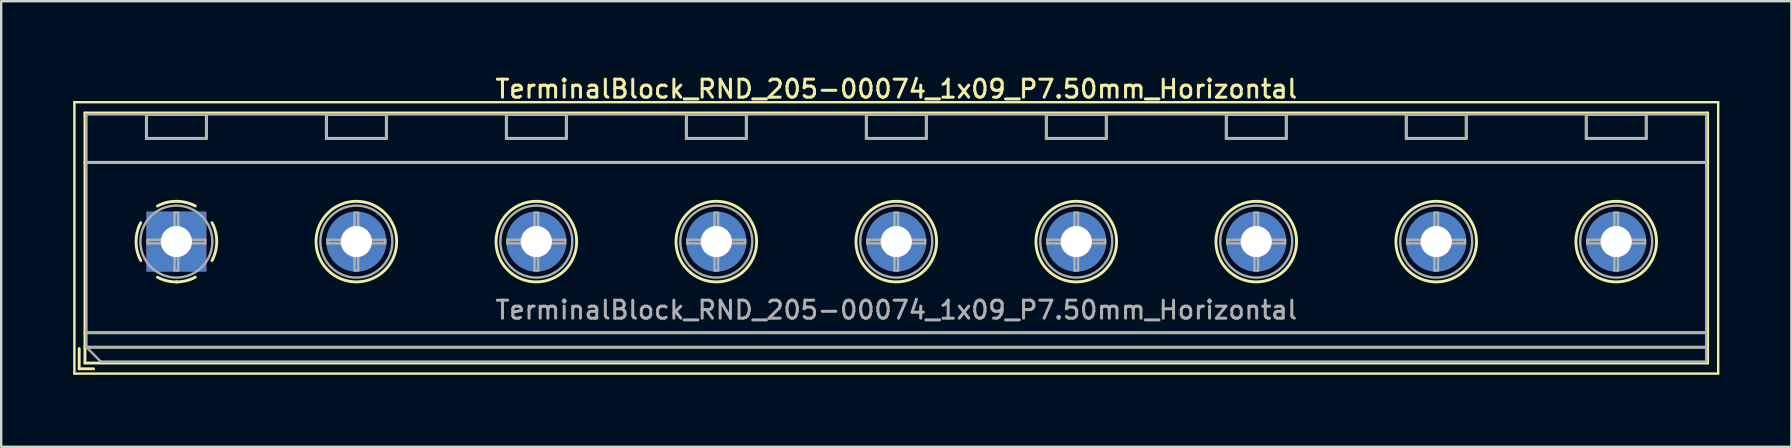
<source format=kicad_pcb>
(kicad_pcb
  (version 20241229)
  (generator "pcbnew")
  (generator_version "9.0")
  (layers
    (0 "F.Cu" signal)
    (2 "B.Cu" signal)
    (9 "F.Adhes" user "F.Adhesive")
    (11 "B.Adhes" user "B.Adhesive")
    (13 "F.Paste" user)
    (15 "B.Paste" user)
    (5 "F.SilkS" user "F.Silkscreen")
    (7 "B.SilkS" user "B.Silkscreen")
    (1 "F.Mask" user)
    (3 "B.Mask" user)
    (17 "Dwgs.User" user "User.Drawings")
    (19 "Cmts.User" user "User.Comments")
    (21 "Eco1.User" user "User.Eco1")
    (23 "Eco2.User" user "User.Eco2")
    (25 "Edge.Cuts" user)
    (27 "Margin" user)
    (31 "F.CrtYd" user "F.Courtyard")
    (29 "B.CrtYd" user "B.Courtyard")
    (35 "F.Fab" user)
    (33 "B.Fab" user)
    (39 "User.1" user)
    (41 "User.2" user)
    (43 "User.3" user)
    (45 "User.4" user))
  (footprint "TerminalBlock_RND_205-00074_1x09_P7.50mm_Horizontal"
    (layer "F.Cu")
    (at 4.3 7.018)
    (property "Reference" "TerminalBlock_RND_205-00074_1x09_P7.50mm_Horizontal" (at 30 -6.36 0) (layer "F.SilkS") (effects (font (size 0.75 0.75) (thickness 0.125))))
    (attr through_hole)
    (fp_line (start -4.25 -5.81) (end -4.25 5.5) (stroke (width 0.1) (type solid)) (layer "F.SilkS"))
    (fp_line (start -4.25 5.5) (end 64.25 5.5) (stroke (width 0.1) (type solid)) (layer "F.SilkS"))
    (fp_line (start -4.05 4.46) (end -4.05 5.3) (stroke (width 0.12) (type solid)) (layer "F.SilkS"))
    (fp_line (start -4.05 5.3) (end -3.45 5.3) (stroke (width 0.12) (type solid)) (layer "F.SilkS"))
    (fp_line (start -3.81 -5.36) (end -3.81 5.06) (stroke (width 0.12) (type solid)) (layer "F.SilkS"))
    (fp_line (start -3.81 -5.36) (end 63.81 -5.36) (stroke (width 0.12) (type solid)) (layer "F.SilkS"))
    (fp_line (start -3.81 -3.301) (end 63.81 -3.301) (stroke (width 0.12) (type solid)) (layer "F.SilkS"))
    (fp_line (start -3.81 3.8) (end 63.81 3.8) (stroke (width 0.12) (type solid)) (layer "F.SilkS"))
    (fp_line (start -3.81 4.4) (end 63.81 4.4) (stroke (width 0.12) (type solid)) (layer "F.SilkS"))
    (fp_line (start -3.81 5.06) (end 63.81 5.06) (stroke (width 0.12) (type solid)) (layer "F.SilkS"))
    (fp_line (start -1.25 -5.301) (end -1.25 -4.301) (stroke (width 0.12) (type solid)) (layer "F.SilkS"))
    (fp_line (start -1.25 -5.301) (end 1.25 -5.301) (stroke (width 0.12) (type solid)) (layer "F.SilkS"))
    (fp_line (start -1.25 -4.301) (end 1.25 -4.301) (stroke (width 0.12) (type solid)) (layer "F.SilkS"))
    (fp_line (start 1.25 -5.301) (end 1.25 -4.301) (stroke (width 0.12) (type solid)) (layer "F.SilkS"))
    (fp_line (start 6.25 -5.301) (end 6.25 -4.301) (stroke (width 0.12) (type solid)) (layer "F.SilkS"))
    (fp_line (start 6.25 -5.301) (end 8.75 -5.301) (stroke (width 0.12) (type solid)) (layer "F.SilkS"))
    (fp_line (start 6.25 -4.301) (end 8.75 -4.301) (stroke (width 0.12) (type solid)) (layer "F.SilkS"))
    (fp_line (start 8.75 -5.301) (end 8.75 -4.301) (stroke (width 0.12) (type solid)) (layer "F.SilkS"))
    (fp_line (start 13.75 -5.301) (end 13.75 -4.301) (stroke (width 0.12) (type solid)) (layer "F.SilkS"))
    (fp_line (start 13.75 -5.301) (end 16.25 -5.301) (stroke (width 0.12) (type solid)) (layer "F.SilkS"))
    (fp_line (start 13.75 -4.301) (end 16.25 -4.301) (stroke (width 0.12) (type solid)) (layer "F.SilkS"))
    (fp_line (start 16.25 -5.301) (end 16.25 -4.301) (stroke (width 0.12) (type solid)) (layer "F.SilkS"))
    (fp_line (start 21.25 -5.301) (end 21.25 -4.301) (stroke (width 0.12) (type solid)) (layer "F.SilkS"))
    (fp_line (start 21.25 -5.301) (end 23.75 -5.301) (stroke (width 0.12) (type solid)) (layer "F.SilkS"))
    (fp_line (start 21.25 -4.301) (end 23.75 -4.301) (stroke (width 0.12) (type solid)) (layer "F.SilkS"))
    (fp_line (start 23.75 -5.301) (end 23.75 -4.301) (stroke (width 0.12) (type solid)) (layer "F.SilkS"))
    (fp_line (start 28.75 -5.301) (end 28.75 -4.301) (stroke (width 0.12) (type solid)) (layer "F.SilkS"))
    (fp_line (start 28.75 -5.301) (end 31.25 -5.301) (stroke (width 0.12) (type solid)) (layer "F.SilkS"))
    (fp_line (start 28.75 -4.301) (end 31.25 -4.301) (stroke (width 0.12) (type solid)) (layer "F.SilkS"))
    (fp_line (start 31.25 -5.301) (end 31.25 -4.301) (stroke (width 0.12) (type solid)) (layer "F.SilkS"))
    (fp_line (start 36.25 -5.301) (end 36.25 -4.301) (stroke (width 0.12) (type solid)) (layer "F.SilkS"))
    (fp_line (start 36.25 -5.301) (end 38.75 -5.301) (stroke (width 0.12) (type solid)) (layer "F.SilkS"))
    (fp_line (start 36.25 -4.301) (end 38.75 -4.301) (stroke (width 0.12) (type solid)) (layer "F.SilkS"))
    (fp_line (start 38.75 -5.301) (end 38.75 -4.301) (stroke (width 0.12) (type solid)) (layer "F.SilkS"))
    (fp_line (start 43.75 -5.301) (end 43.75 -4.301) (stroke (width 0.12) (type solid)) (layer "F.SilkS"))
    (fp_line (start 43.75 -5.301) (end 46.25 -5.301) (stroke (width 0.12) (type solid)) (layer "F.SilkS"))
    (fp_line (start 43.75 -4.301) (end 46.25 -4.301) (stroke (width 0.12) (type solid)) (layer "F.SilkS"))
    (fp_line (start 46.25 -5.301) (end 46.25 -4.301) (stroke (width 0.12) (type solid)) (layer "F.SilkS"))
    (fp_line (start 51.25 -5.301) (end 51.25 -4.301) (stroke (width 0.12) (type solid)) (layer "F.SilkS"))
    (fp_line (start 51.25 -5.301) (end 53.75 -5.301) (stroke (width 0.12) (type solid)) (layer "F.SilkS"))
    (fp_line (start 51.25 -4.301) (end 53.75 -4.301) (stroke (width 0.12) (type solid)) (layer "F.SilkS"))
    (fp_line (start 53.75 -5.301) (end 53.75 -4.301) (stroke (width 0.12) (type solid)) (layer "F.SilkS"))
    (fp_line (start 58.75 -5.301) (end 58.75 -4.301) (stroke (width 0.12) (type solid)) (layer "F.SilkS"))
    (fp_line (start 58.75 -5.301) (end 61.25 -5.301) (stroke (width 0.12) (type solid)) (layer "F.SilkS"))
    (fp_line (start 58.75 -4.301) (end 61.25 -4.301) (stroke (width 0.12) (type solid)) (layer "F.SilkS"))
    (fp_line (start 61.25 -5.301) (end 61.25 -4.301) (stroke (width 0.12) (type solid)) (layer "F.SilkS"))
    (fp_line (start 63.81 -5.36) (end 63.81 5.06) (stroke (width 0.12) (type solid)) (layer "F.SilkS"))
    (fp_line (start 64.25 -5.81) (end -4.25 -5.81) (stroke (width 0.1) (type solid)) (layer "F.SilkS"))
    (fp_line (start 64.25 5.5) (end 64.25 -5.81) (stroke (width 0.1) (type solid)) (layer "F.SilkS"))
    (fp_arc (start -1.483953 0.789089) (mid -1.680708 0.00005) (end -1.484 -0.789) (stroke (width 0.12) (type solid)) (layer "F.SilkS"))
    (fp_arc (start -0.789089 -1.483953) (mid -0.00005 -1.680708) (end 0.789 -1.484) (stroke (width 0.12) (type solid)) (layer "F.SilkS"))
    (fp_arc (start 0.029383 1.68045) (mid -0.392304 1.634281) (end -0.789 1.484) (stroke (width 0.12) (type solid)) (layer "F.SilkS"))
    (fp_arc (start 0.788712 1.483352) (mid 0.406429 1.630097) (end 0 1.68) (stroke (width 0.12) (type solid)) (layer "F.SilkS"))
    (fp_arc (start 1.483953 -0.789089) (mid 1.680708 -0.00005) (end 1.484 0.789) (stroke (width 0.12) (type solid)) (layer "F.SilkS"))
    (fp_circle (center 7.5 0) (end 9.18 0) (stroke (width 0.12) (type solid)) (fill no) (layer "F.SilkS"))
    (fp_circle (center 15 0) (end 16.68 0) (stroke (width 0.12) (type solid)) (fill no) (layer "F.SilkS"))
    (fp_circle (center 22.5 0) (end 24.18 0) (stroke (width 0.12) (type solid)) (fill no) (layer "F.SilkS"))
    (fp_circle (center 30 0) (end 31.68 0) (stroke (width 0.12) (type solid)) (fill no) (layer "F.SilkS"))
    (fp_circle (center 37.5 0) (end 39.18 0) (stroke (width 0.12) (type solid)) (fill no) (layer "F.SilkS"))
    (fp_circle (center 45 0) (end 46.68 0) (stroke (width 0.12) (type solid)) (fill no) (layer "F.SilkS"))
    (fp_circle (center 52.5 0) (end 54.18 0) (stroke (width 0.12) (type solid)) (fill no) (layer "F.SilkS"))
    (fp_circle (center 60 0) (end 61.68 0) (stroke (width 0.12) (type solid)) (fill no) (layer "F.SilkS"))
    (fp_line (start -3.75 -5.3) (end 63.75 -5.3) (stroke (width 0.1) (type solid)) (layer "F.Fab"))
    (fp_line (start -3.75 -3.3) (end 63.75 -3.3) (stroke (width 0.1) (type solid)) (layer "F.Fab"))
    (fp_line (start -3.75 3.8) (end 63.75 3.8) (stroke (width 0.1) (type solid)) (layer "F.Fab"))
    (fp_line (start -3.75 4.4) (end -3.75 -5.3) (stroke (width 0.1) (type solid)) (layer "F.Fab"))
    (fp_line (start -3.75 4.4) (end 63.75 4.4) (stroke (width 0.1) (type solid)) (layer "F.Fab"))
    (fp_line (start -3.15 5) (end -3.75 4.4) (stroke (width 0.1) (type solid)) (layer "F.Fab"))
    (fp_line (start -1.25 -5.3) (end -1.25 -4.3) (stroke (width 0.1) (type solid)) (layer "F.Fab"))
    (fp_line (start -1.25 -4.3) (end 1.25 -4.3) (stroke (width 0.1) (type solid)) (layer "F.Fab"))
    (fp_line (start -1.201 -0.076) (end -0.076 -0.076) (stroke (width 0.1) (type solid)) (layer "F.Fab"))
    (fp_line (start -1.201 0.076) (end -1.201 -0.076) (stroke (width 0.1) (type solid)) (layer "F.Fab"))
    (fp_line (start -0.076 -1.201) (end 0.076 -1.201) (stroke (width 0.1) (type solid)) (layer "F.Fab"))
    (fp_line (start -0.076 -0.076) (end -0.076 -1.201) (stroke (width 0.1) (type solid)) (layer "F.Fab"))
    (fp_line (start -0.076 0.076) (end -1.201 0.076) (stroke (width 0.1) (type solid)) (layer "F.Fab"))
    (fp_line (start -0.076 1.201) (end -0.076 0.076) (stroke (width 0.1) (type solid)) (layer "F.Fab"))
    (fp_line (start 0.076 -1.201) (end 0.076 -0.076) (stroke (width 0.1) (type solid)) (layer "F.Fab"))
    (fp_line (start 0.076 -0.076) (end 1.201 -0.076) (stroke (width 0.1) (type solid)) (layer "F.Fab"))
    (fp_line (start 0.076 0.076) (end 0.076 1.201) (stroke (width 0.1) (type solid)) (layer "F.Fab"))
    (fp_line (start 0.076 1.201) (end -0.076 1.201) (stroke (width 0.1) (type solid)) (layer "F.Fab"))
    (fp_line (start 1.201 -0.076) (end 1.201 0.076) (stroke (width 0.1) (type solid)) (layer "F.Fab"))
    (fp_line (start 1.201 0.076) (end 0.076 0.076) (stroke (width 0.1) (type solid)) (layer "F.Fab"))
    (fp_line (start 1.25 -5.3) (end -1.25 -5.3) (stroke (width 0.1) (type solid)) (layer "F.Fab"))
    (fp_line (start 1.25 -4.3) (end 1.25 -5.3) (stroke (width 0.1) (type solid)) (layer "F.Fab"))
    (fp_line (start 6.25 -5.3) (end 6.25 -4.3) (stroke (width 0.1) (type solid)) (layer "F.Fab"))
    (fp_line (start 6.25 -4.3) (end 8.75 -4.3) (stroke (width 0.1) (type solid)) (layer "F.Fab"))
    (fp_line (start 6.299 -0.076) (end 7.424 -0.076) (stroke (width 0.1) (type solid)) (layer "F.Fab"))
    (fp_line (start 6.299 0.076) (end 6.299 -0.076) (stroke (width 0.1) (type solid)) (layer "F.Fab"))
    (fp_line (start 7.424 -1.201) (end 7.576 -1.201) (stroke (width 0.1) (type solid)) (layer "F.Fab"))
    (fp_line (start 7.424 -0.076) (end 7.424 -1.201) (stroke (width 0.1) (type solid)) (layer "F.Fab"))
    (fp_line (start 7.424 0.076) (end 6.299 0.076) (stroke (width 0.1) (type solid)) (layer "F.Fab"))
    (fp_line (start 7.424 1.201) (end 7.424 0.076) (stroke (width 0.1) (type solid)) (layer "F.Fab"))
    (fp_line (start 7.576 -1.201) (end 7.576 -0.076) (stroke (width 0.1) (type solid)) (layer "F.Fab"))
    (fp_line (start 7.576 -0.076) (end 8.701 -0.076) (stroke (width 0.1) (type solid)) (layer "F.Fab"))
    (fp_line (start 7.576 0.076) (end 7.576 1.201) (stroke (width 0.1) (type solid)) (layer "F.Fab"))
    (fp_line (start 7.576 1.201) (end 7.424 1.201) (stroke (width 0.1) (type solid)) (layer "F.Fab"))
    (fp_line (start 8.701 -0.076) (end 8.701 0.076) (stroke (width 0.1) (type solid)) (layer "F.Fab"))
    (fp_line (start 8.701 0.076) (end 7.576 0.076) (stroke (width 0.1) (type solid)) (layer "F.Fab"))
    (fp_line (start 8.75 -5.3) (end 6.25 -5.3) (stroke (width 0.1) (type solid)) (layer "F.Fab"))
    (fp_line (start 8.75 -4.3) (end 8.75 -5.3) (stroke (width 0.1) (type solid)) (layer "F.Fab"))
    (fp_line (start 13.75 -5.3) (end 13.75 -4.3) (stroke (width 0.1) (type solid)) (layer "F.Fab"))
    (fp_line (start 13.75 -4.3) (end 16.25 -4.3) (stroke (width 0.1) (type solid)) (layer "F.Fab"))
    (fp_line (start 13.799 -0.076) (end 14.924 -0.076) (stroke (width 0.1) (type solid)) (layer "F.Fab"))
    (fp_line (start 13.799 0.076) (end 13.799 -0.076) (stroke (width 0.1) (type solid)) (layer "F.Fab"))
    (fp_line (start 14.924 -1.201) (end 15.076 -1.201) (stroke (width 0.1) (type solid)) (layer "F.Fab"))
    (fp_line (start 14.924 -0.076) (end 14.924 -1.201) (stroke (width 0.1) (type solid)) (layer "F.Fab"))
    (fp_line (start 14.924 0.076) (end 13.799 0.076) (stroke (width 0.1) (type solid)) (layer "F.Fab"))
    (fp_line (start 14.924 1.201) (end 14.924 0.076) (stroke (width 0.1) (type solid)) (layer "F.Fab"))
    (fp_line (start 15.076 -1.201) (end 15.076 -0.076) (stroke (width 0.1) (type solid)) (layer "F.Fab"))
    (fp_line (start 15.076 -0.076) (end 16.201 -0.076) (stroke (width 0.1) (type solid)) (layer "F.Fab"))
    (fp_line (start 15.076 0.076) (end 15.076 1.201) (stroke (width 0.1) (type solid)) (layer "F.Fab"))
    (fp_line (start 15.076 1.201) (end 14.924 1.201) (stroke (width 0.1) (type solid)) (layer "F.Fab"))
    (fp_line (start 16.201 -0.076) (end 16.201 0.076) (stroke (width 0.1) (type solid)) (layer "F.Fab"))
    (fp_line (start 16.201 0.076) (end 15.076 0.076) (stroke (width 0.1) (type solid)) (layer "F.Fab"))
    (fp_line (start 16.25 -5.3) (end 13.75 -5.3) (stroke (width 0.1) (type solid)) (layer "F.Fab"))
    (fp_line (start 16.25 -4.3) (end 16.25 -5.3) (stroke (width 0.1) (type solid)) (layer "F.Fab"))
    (fp_line (start 21.25 -5.3) (end 21.25 -4.3) (stroke (width 0.1) (type solid)) (layer "F.Fab"))
    (fp_line (start 21.25 -4.3) (end 23.75 -4.3) (stroke (width 0.1) (type solid)) (layer "F.Fab"))
    (fp_line (start 21.299 -0.076) (end 22.424 -0.076) (stroke (width 0.1) (type solid)) (layer "F.Fab"))
    (fp_line (start 21.299 0.076) (end 21.299 -0.076) (stroke (width 0.1) (type solid)) (layer "F.Fab"))
    (fp_line (start 22.424 -1.201) (end 22.576 -1.201) (stroke (width 0.1) (type solid)) (layer "F.Fab"))
    (fp_line (start 22.424 -0.076) (end 22.424 -1.201) (stroke (width 0.1) (type solid)) (layer "F.Fab"))
    (fp_line (start 22.424 0.076) (end 21.299 0.076) (stroke (width 0.1) (type solid)) (layer "F.Fab"))
    (fp_line (start 22.424 1.201) (end 22.424 0.076) (stroke (width 0.1) (type solid)) (layer "F.Fab"))
    (fp_line (start 22.576 -1.201) (end 22.576 -0.076) (stroke (width 0.1) (type solid)) (layer "F.Fab"))
    (fp_line (start 22.576 -0.076) (end 23.701 -0.076) (stroke (width 0.1) (type solid)) (layer "F.Fab"))
    (fp_line (start 22.576 0.076) (end 22.576 1.201) (stroke (width 0.1) (type solid)) (layer "F.Fab"))
    (fp_line (start 22.576 1.201) (end 22.424 1.201) (stroke (width 0.1) (type solid)) (layer "F.Fab"))
    (fp_line (start 23.701 -0.076) (end 23.701 0.076) (stroke (width 0.1) (type solid)) (layer "F.Fab"))
    (fp_line (start 23.701 0.076) (end 22.576 0.076) (stroke (width 0.1) (type solid)) (layer "F.Fab"))
    (fp_line (start 23.75 -5.3) (end 21.25 -5.3) (stroke (width 0.1) (type solid)) (layer "F.Fab"))
    (fp_line (start 23.75 -4.3) (end 23.75 -5.3) (stroke (width 0.1) (type solid)) (layer "F.Fab"))
    (fp_line (start 28.75 -5.3) (end 28.75 -4.3) (stroke (width 0.1) (type solid)) (layer "F.Fab"))
    (fp_line (start 28.75 -4.3) (end 31.25 -4.3) (stroke (width 0.1) (type solid)) (layer "F.Fab"))
    (fp_line (start 28.799 -0.076) (end 29.924 -0.076) (stroke (width 0.1) (type solid)) (layer "F.Fab"))
    (fp_line (start 28.799 0.076) (end 28.799 -0.076) (stroke (width 0.1) (type solid)) (layer "F.Fab"))
    (fp_line (start 29.924 -1.201) (end 30.076 -1.201) (stroke (width 0.1) (type solid)) (layer "F.Fab"))
    (fp_line (start 29.924 -0.076) (end 29.924 -1.201) (stroke (width 0.1) (type solid)) (layer "F.Fab"))
    (fp_line (start 29.924 0.076) (end 28.799 0.076) (stroke (width 0.1) (type solid)) (layer "F.Fab"))
    (fp_line (start 29.924 1.201) (end 29.924 0.076) (stroke (width 0.1) (type solid)) (layer "F.Fab"))
    (fp_line (start 30.076 -1.201) (end 30.076 -0.076) (stroke (width 0.1) (type solid)) (layer "F.Fab"))
    (fp_line (start 30.076 -0.076) (end 31.201 -0.076) (stroke (width 0.1) (type solid)) (layer "F.Fab"))
    (fp_line (start 30.076 0.076) (end 30.076 1.201) (stroke (width 0.1) (type solid)) (layer "F.Fab"))
    (fp_line (start 30.076 1.201) (end 29.924 1.201) (stroke (width 0.1) (type solid)) (layer "F.Fab"))
    (fp_line (start 31.201 -0.076) (end 31.201 0.076) (stroke (width 0.1) (type solid)) (layer "F.Fab"))
    (fp_line (start 31.201 0.076) (end 30.076 0.076) (stroke (width 0.1) (type solid)) (layer "F.Fab"))
    (fp_line (start 31.25 -5.3) (end 28.75 -5.3) (stroke (width 0.1) (type solid)) (layer "F.Fab"))
    (fp_line (start 31.25 -4.3) (end 31.25 -5.3) (stroke (width 0.1) (type solid)) (layer "F.Fab"))
    (fp_line (start 36.25 -5.3) (end 36.25 -4.3) (stroke (width 0.1) (type solid)) (layer "F.Fab"))
    (fp_line (start 36.25 -4.3) (end 38.75 -4.3) (stroke (width 0.1) (type solid)) (layer "F.Fab"))
    (fp_line (start 36.299 -0.076) (end 37.424 -0.076) (stroke (width 0.1) (type solid)) (layer "F.Fab"))
    (fp_line (start 36.299 0.076) (end 36.299 -0.076) (stroke (width 0.1) (type solid)) (layer "F.Fab"))
    (fp_line (start 37.424 -1.201) (end 37.576 -1.201) (stroke (width 0.1) (type solid)) (layer "F.Fab"))
    (fp_line (start 37.424 -0.076) (end 37.424 -1.201) (stroke (width 0.1) (type solid)) (layer "F.Fab"))
    (fp_line (start 37.424 0.076) (end 36.299 0.076) (stroke (width 0.1) (type solid)) (layer "F.Fab"))
    (fp_line (start 37.424 1.201) (end 37.424 0.076) (stroke (width 0.1) (type solid)) (layer "F.Fab"))
    (fp_line (start 37.576 -1.201) (end 37.576 -0.076) (stroke (width 0.1) (type solid)) (layer "F.Fab"))
    (fp_line (start 37.576 -0.076) (end 38.701 -0.076) (stroke (width 0.1) (type solid)) (layer "F.Fab"))
    (fp_line (start 37.576 0.076) (end 37.576 1.201) (stroke (width 0.1) (type solid)) (layer "F.Fab"))
    (fp_line (start 37.576 1.201) (end 37.424 1.201) (stroke (width 0.1) (type solid)) (layer "F.Fab"))
    (fp_line (start 38.701 -0.076) (end 38.701 0.076) (stroke (width 0.1) (type solid)) (layer "F.Fab"))
    (fp_line (start 38.701 0.076) (end 37.576 0.076) (stroke (width 0.1) (type solid)) (layer "F.Fab"))
    (fp_line (start 38.75 -5.3) (end 36.25 -5.3) (stroke (width 0.1) (type solid)) (layer "F.Fab"))
    (fp_line (start 38.75 -4.3) (end 38.75 -5.3) (stroke (width 0.1) (type solid)) (layer "F.Fab"))
    (fp_line (start 43.75 -5.3) (end 43.75 -4.3) (stroke (width 0.1) (type solid)) (layer "F.Fab"))
    (fp_line (start 43.75 -4.3) (end 46.25 -4.3) (stroke (width 0.1) (type solid)) (layer "F.Fab"))
    (fp_line (start 43.799 -0.076) (end 44.924 -0.076) (stroke (width 0.1) (type solid)) (layer "F.Fab"))
    (fp_line (start 43.799 0.076) (end 43.799 -0.076) (stroke (width 0.1) (type solid)) (layer "F.Fab"))
    (fp_line (start 44.924 -1.201) (end 45.076 -1.201) (stroke (width 0.1) (type solid)) (layer "F.Fab"))
    (fp_line (start 44.924 -0.076) (end 44.924 -1.201) (stroke (width 0.1) (type solid)) (layer "F.Fab"))
    (fp_line (start 44.924 0.076) (end 43.799 0.076) (stroke (width 0.1) (type solid)) (layer "F.Fab"))
    (fp_line (start 44.924 1.201) (end 44.924 0.076) (stroke (width 0.1) (type solid)) (layer "F.Fab"))
    (fp_line (start 45.076 -1.201) (end 45.076 -0.076) (stroke (width 0.1) (type solid)) (layer "F.Fab"))
    (fp_line (start 45.076 -0.076) (end 46.201 -0.076) (stroke (width 0.1) (type solid)) (layer "F.Fab"))
    (fp_line (start 45.076 0.076) (end 45.076 1.201) (stroke (width 0.1) (type solid)) (layer "F.Fab"))
    (fp_line (start 45.076 1.201) (end 44.924 1.201) (stroke (width 0.1) (type solid)) (layer "F.Fab"))
    (fp_line (start 46.201 -0.076) (end 46.201 0.076) (stroke (width 0.1) (type solid)) (layer "F.Fab"))
    (fp_line (start 46.201 0.076) (end 45.076 0.076) (stroke (width 0.1) (type solid)) (layer "F.Fab"))
    (fp_line (start 46.25 -5.3) (end 43.75 -5.3) (stroke (width 0.1) (type solid)) (layer "F.Fab"))
    (fp_line (start 46.25 -4.3) (end 46.25 -5.3) (stroke (width 0.1) (type solid)) (layer "F.Fab"))
    (fp_line (start 51.25 -5.3) (end 51.25 -4.3) (stroke (width 0.1) (type solid)) (layer "F.Fab"))
    (fp_line (start 51.25 -4.3) (end 53.75 -4.3) (stroke (width 0.1) (type solid)) (layer "F.Fab"))
    (fp_line (start 51.299 -0.076) (end 52.424 -0.076) (stroke (width 0.1) (type solid)) (layer "F.Fab"))
    (fp_line (start 51.299 0.076) (end 51.299 -0.076) (stroke (width 0.1) (type solid)) (layer "F.Fab"))
    (fp_line (start 52.424 -1.201) (end 52.576 -1.201) (stroke (width 0.1) (type solid)) (layer "F.Fab"))
    (fp_line (start 52.424 -0.076) (end 52.424 -1.201) (stroke (width 0.1) (type solid)) (layer "F.Fab"))
    (fp_line (start 52.424 0.076) (end 51.299 0.076) (stroke (width 0.1) (type solid)) (layer "F.Fab"))
    (fp_line (start 52.424 1.201) (end 52.424 0.076) (stroke (width 0.1) (type solid)) (layer "F.Fab"))
    (fp_line (start 52.576 -1.201) (end 52.576 -0.076) (stroke (width 0.1) (type solid)) (layer "F.Fab"))
    (fp_line (start 52.576 -0.076) (end 53.701 -0.076) (stroke (width 0.1) (type solid)) (layer "F.Fab"))
    (fp_line (start 52.576 0.076) (end 52.576 1.201) (stroke (width 0.1) (type solid)) (layer "F.Fab"))
    (fp_line (start 52.576 1.201) (end 52.424 1.201) (stroke (width 0.1) (type solid)) (layer "F.Fab"))
    (fp_line (start 53.701 -0.076) (end 53.701 0.076) (stroke (width 0.1) (type solid)) (layer "F.Fab"))
    (fp_line (start 53.701 0.076) (end 52.576 0.076) (stroke (width 0.1) (type solid)) (layer "F.Fab"))
    (fp_line (start 53.75 -5.3) (end 51.25 -5.3) (stroke (width 0.1) (type solid)) (layer "F.Fab"))
    (fp_line (start 53.75 -4.3) (end 53.75 -5.3) (stroke (width 0.1) (type solid)) (layer "F.Fab"))
    (fp_line (start 58.75 -5.3) (end 58.75 -4.3) (stroke (width 0.1) (type solid)) (layer "F.Fab"))
    (fp_line (start 58.75 -4.3) (end 61.25 -4.3) (stroke (width 0.1) (type solid)) (layer "F.Fab"))
    (fp_line (start 58.799 -0.076) (end 59.924 -0.076) (stroke (width 0.1) (type solid)) (layer "F.Fab"))
    (fp_line (start 58.799 0.076) (end 58.799 -0.076) (stroke (width 0.1) (type solid)) (layer "F.Fab"))
    (fp_line (start 59.924 -1.201) (end 60.076 -1.201) (stroke (width 0.1) (type solid)) (layer "F.Fab"))
    (fp_line (start 59.924 -0.076) (end 59.924 -1.201) (stroke (width 0.1) (type solid)) (layer "F.Fab"))
    (fp_line (start 59.924 0.076) (end 58.799 0.076) (stroke (width 0.1) (type solid)) (layer "F.Fab"))
    (fp_line (start 59.924 1.201) (end 59.924 0.076) (stroke (width 0.1) (type solid)) (layer "F.Fab"))
    (fp_line (start 60.076 -1.201) (end 60.076 -0.076) (stroke (width 0.1) (type solid)) (layer "F.Fab"))
    (fp_line (start 60.076 -0.076) (end 61.201 -0.076) (stroke (width 0.1) (type solid)) (layer "F.Fab"))
    (fp_line (start 60.076 0.076) (end 60.076 1.201) (stroke (width 0.1) (type solid)) (layer "F.Fab"))
    (fp_line (start 60.076 1.201) (end 59.924 1.201) (stroke (width 0.1) (type solid)) (layer "F.Fab"))
    (fp_line (start 61.201 -0.076) (end 61.201 0.076) (stroke (width 0.1) (type solid)) (layer "F.Fab"))
    (fp_line (start 61.201 0.076) (end 60.076 0.076) (stroke (width 0.1) (type solid)) (layer "F.Fab"))
    (fp_line (start 61.25 -5.3) (end 58.75 -5.3) (stroke (width 0.1) (type solid)) (layer "F.Fab"))
    (fp_line (start 61.25 -4.3) (end 61.25 -5.3) (stroke (width 0.1) (type solid)) (layer "F.Fab"))
    (fp_line (start 63.75 -5.3) (end 63.75 5) (stroke (width 0.1) (type solid)) (layer "F.Fab"))
    (fp_line (start 63.75 5) (end -3.15 5) (stroke (width 0.1) (type solid)) (layer "F.Fab"))
    (fp_circle (center 0 0) (end 1.5 0) (stroke (width 0.1) (type solid)) (fill no) (layer "F.Fab"))
    (fp_circle (center 7.5 0) (end 9 0) (stroke (width 0.1) (type solid)) (fill no) (layer "F.Fab"))
    (fp_circle (center 15 0) (end 16.5 0) (stroke (width 0.1) (type solid)) (fill no) (layer "F.Fab"))
    (fp_circle (center 22.5 0) (end 24 0) (stroke (width 0.1) (type solid)) (fill no) (layer "F.Fab"))
    (fp_circle (center 30 0) (end 31.5 0) (stroke (width 0.1) (type solid)) (fill no) (layer "F.Fab"))
    (fp_circle (center 37.5 0) (end 39 0) (stroke (width 0.1) (type solid)) (fill no) (layer "F.Fab"))
    (fp_circle (center 45 0) (end 46.5 0) (stroke (width 0.1) (type solid)) (fill no) (layer "F.Fab"))
    (fp_circle (center 52.5 0) (end 54 0) (stroke (width 0.1) (type solid)) (fill no) (layer "F.Fab"))
    (fp_circle (center 60 0) (end 61.5 0) (stroke (width 0.1) (type solid)) (fill no) (layer "F.Fab"))
    (fp_text user "${REFERENCE}" (at 30 2.85 0) (layer "F.Fab") (effects (font (size 0.75 0.75) (thickness 0.125))))
    (pad "1" thru_hole rect (at 0 0) (size 2.5 2.5) (drill 1.3) (layers "*.Cu" "*.Mask"))
    (pad "2" thru_hole circle (at 7.5 0) (size 2.5 2.5) (drill 1.3) (layers "*.Cu" "*.Mask"))
    (pad "3" thru_hole circle (at 15 0) (size 2.5 2.5) (drill 1.3) (layers "*.Cu" "*.Mask"))
    (pad "4" thru_hole circle (at 22.5 0) (size 2.5 2.5) (drill 1.3) (layers "*.Cu" "*.Mask"))
    (pad "5" thru_hole circle (at 30 0) (size 2.5 2.5) (drill 1.3) (layers "*.Cu" "*.Mask"))
    (pad "6" thru_hole circle (at 37.5 0) (size 2.5 2.5) (drill 1.3) (layers "*.Cu" "*.Mask"))
    (pad "7" thru_hole circle (at 45 0) (size 2.5 2.5) (drill 1.3) (layers "*.Cu" "*.Mask"))
    (pad "8" thru_hole circle (at 52.5 0) (size 2.5 2.5) (drill 1.3) (layers "*.Cu" "*.Mask"))
    (pad "9" thru_hole circle (at 60 0) (size 2.5 2.5) (drill 1.3) (layers "*.Cu" "*.Mask")))
  (gr_rect
    (start -3 -3)
    (end 71.6 15.568)
    (stroke (width 0.1) (type default))
    (fill no)
    (layer "Edge.Cuts")))
</source>
